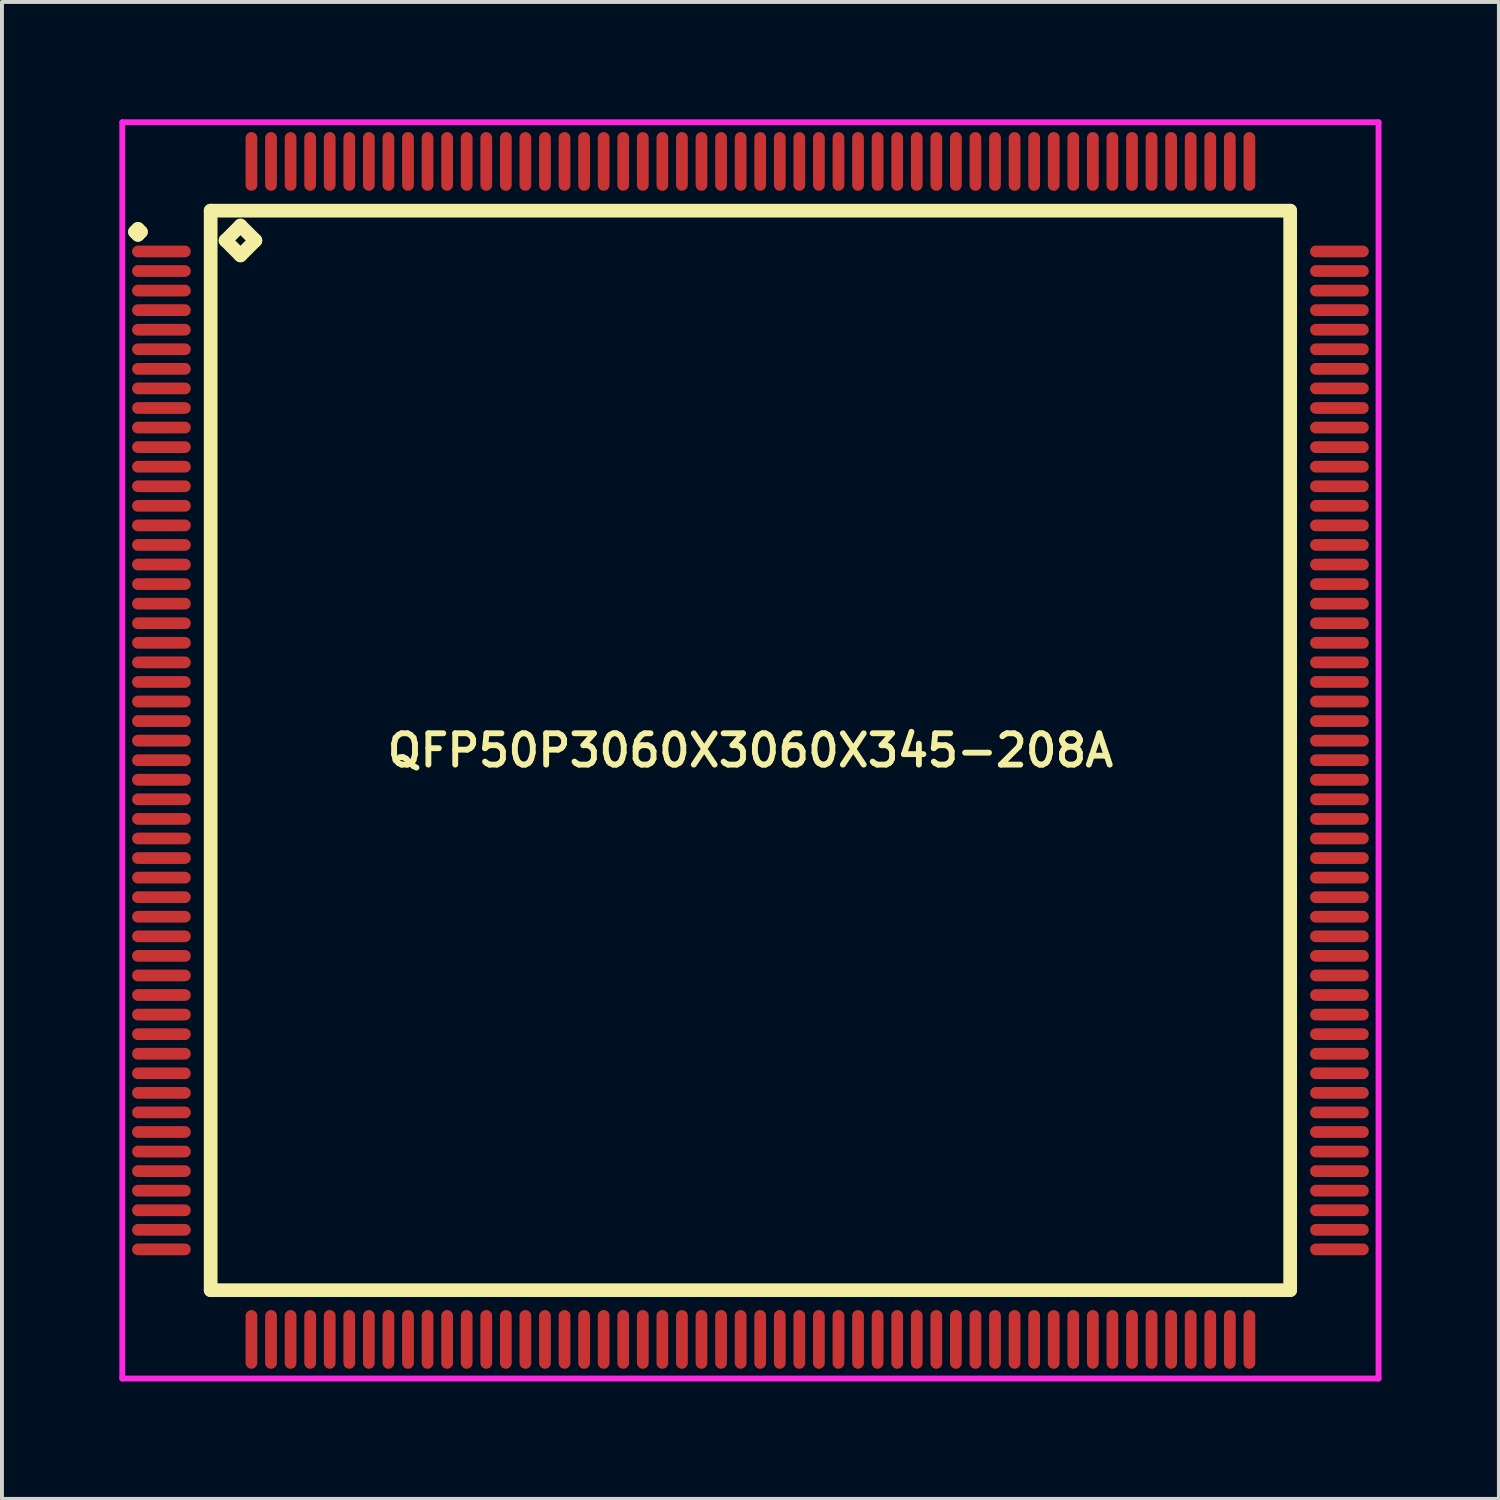
<source format=kicad_pcb>
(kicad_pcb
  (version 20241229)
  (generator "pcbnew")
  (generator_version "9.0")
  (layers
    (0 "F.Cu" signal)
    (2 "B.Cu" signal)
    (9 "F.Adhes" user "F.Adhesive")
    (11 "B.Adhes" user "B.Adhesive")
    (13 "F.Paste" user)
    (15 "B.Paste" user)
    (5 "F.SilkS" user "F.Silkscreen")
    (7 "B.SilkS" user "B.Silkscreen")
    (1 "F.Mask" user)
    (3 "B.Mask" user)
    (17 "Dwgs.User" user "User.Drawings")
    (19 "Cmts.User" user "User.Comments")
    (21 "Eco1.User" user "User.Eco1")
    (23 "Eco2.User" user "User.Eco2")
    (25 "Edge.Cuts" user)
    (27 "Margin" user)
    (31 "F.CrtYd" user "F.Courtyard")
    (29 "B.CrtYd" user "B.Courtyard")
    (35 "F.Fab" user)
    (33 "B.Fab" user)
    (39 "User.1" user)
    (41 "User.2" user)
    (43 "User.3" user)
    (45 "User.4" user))
  (footprint "QFP50P3060X3060X345-208A"
    (layer "F.Cu")
    (at 16.125 16.125)
    (property "Reference" "QFP50P3060X3060X345-208A" (at 0 0 0) (layer "F.SilkS") (effects (font (size 0.8 0.8) (thickness 0.15))))
    (attr smd)
    (fp_line (start -15.725 -13.25) (end -15.65 -13.325) (stroke (width 0.35) (type solid)) (layer "F.SilkS"))
    (fp_line (start -15.65 -13.325) (end -15.575 -13.25) (stroke (width 0.35) (type solid)) (layer "F.SilkS"))
    (fp_line (start -15.65 -13.175) (end -15.725 -13.25) (stroke (width 0.35) (type solid)) (layer "F.SilkS"))
    (fp_line (start -15.575 -13.25) (end -15.65 -13.175) (stroke (width 0.35) (type solid)) (layer "F.SilkS"))
    (fp_line (start -13.792 -13.792) (end -13.792 13.792) (stroke (width 0.35) (type solid)) (layer "F.SilkS"))
    (fp_line (start -13.792 13.792) (end 13.792 13.792) (stroke (width 0.35) (type solid)) (layer "F.SilkS"))
    (fp_line (start -13.411 -13.03) (end -13.03 -13.411) (stroke (width 0.35) (type solid)) (layer "F.SilkS"))
    (fp_line (start -13.03 -13.411) (end -12.649 -13.03) (stroke (width 0.35) (type solid)) (layer "F.SilkS"))
    (fp_line (start -13.03 -12.649) (end -13.411 -13.03) (stroke (width 0.35) (type solid)) (layer "F.SilkS"))
    (fp_line (start -12.649 -13.03) (end -13.03 -12.649) (stroke (width 0.35) (type solid)) (layer "F.SilkS"))
    (fp_line (start 13.792 -13.792) (end -13.792 -13.792) (stroke (width 0.35) (type solid)) (layer "F.SilkS"))
    (fp_line (start 13.792 13.792) (end 13.792 -13.792) (stroke (width 0.35) (type solid)) (layer "F.SilkS"))
    (fp_line (start -16.05 -16.05) (end 16.05 -16.05) (stroke (width 0.15) (type solid)) (layer "F.CrtYd"))
    (fp_line (start -16.05 16.05) (end -16.05 -16.05) (stroke (width 0.15) (type solid)) (layer "F.CrtYd"))
    (fp_line (start 16.05 -16.05) (end 16.05 16.05) (stroke (width 0.15) (type solid)) (layer "F.CrtYd"))
    (fp_line (start 16.05 16.05) (end -16.05 16.05) (stroke (width 0.15) (type solid)) (layer "F.CrtYd"))
    (pad "1" smd oval (at -15.05 -12.75) (size 1.5 0.3) (layers "F.Cu" "F.Mask" "F.Paste"))
    (pad "2" smd oval (at -15.05 -12.25) (size 1.5 0.3) (layers "F.Cu" "F.Mask" "F.Paste"))
    (pad "3" smd oval (at -15.05 -11.75) (size 1.5 0.3) (layers "F.Cu" "F.Mask" "F.Paste"))
    (pad "4" smd oval (at -15.05 -11.25) (size 1.5 0.3) (layers "F.Cu" "F.Mask" "F.Paste"))
    (pad "5" smd oval (at -15.05 -10.75) (size 1.5 0.3) (layers "F.Cu" "F.Mask" "F.Paste"))
    (pad "6" smd oval (at -15.05 -10.25) (size 1.5 0.3) (layers "F.Cu" "F.Mask" "F.Paste"))
    (pad "7" smd oval (at -15.05 -9.75) (size 1.5 0.3) (layers "F.Cu" "F.Mask" "F.Paste"))
    (pad "8" smd oval (at -15.05 -9.25) (size 1.5 0.3) (layers "F.Cu" "F.Mask" "F.Paste"))
    (pad "9" smd oval (at -15.05 -8.75) (size 1.5 0.3) (layers "F.Cu" "F.Mask" "F.Paste"))
    (pad "10" smd oval (at -15.05 -8.25) (size 1.5 0.3) (layers "F.Cu" "F.Mask" "F.Paste"))
    (pad "11" smd oval (at -15.05 -7.75) (size 1.5 0.3) (layers "F.Cu" "F.Mask" "F.Paste"))
    (pad "12" smd oval (at -15.05 -7.25) (size 1.5 0.3) (layers "F.Cu" "F.Mask" "F.Paste"))
    (pad "13" smd oval (at -15.05 -6.75) (size 1.5 0.3) (layers "F.Cu" "F.Mask" "F.Paste"))
    (pad "14" smd oval (at -15.05 -6.25) (size 1.5 0.3) (layers "F.Cu" "F.Mask" "F.Paste"))
    (pad "15" smd oval (at -15.05 -5.75) (size 1.5 0.3) (layers "F.Cu" "F.Mask" "F.Paste"))
    (pad "16" smd oval (at -15.05 -5.25) (size 1.5 0.3) (layers "F.Cu" "F.Mask" "F.Paste"))
    (pad "17" smd oval (at -15.05 -4.75) (size 1.5 0.3) (layers "F.Cu" "F.Mask" "F.Paste"))
    (pad "18" smd oval (at -15.05 -4.25) (size 1.5 0.3) (layers "F.Cu" "F.Mask" "F.Paste"))
    (pad "19" smd oval (at -15.05 -3.75) (size 1.5 0.3) (layers "F.Cu" "F.Mask" "F.Paste"))
    (pad "20" smd oval (at -15.05 -3.25) (size 1.5 0.3) (layers "F.Cu" "F.Mask" "F.Paste"))
    (pad "21" smd oval (at -15.05 -2.75) (size 1.5 0.3) (layers "F.Cu" "F.Mask" "F.Paste"))
    (pad "22" smd oval (at -15.05 -2.25) (size 1.5 0.3) (layers "F.Cu" "F.Mask" "F.Paste"))
    (pad "23" smd oval (at -15.05 -1.75) (size 1.5 0.3) (layers "F.Cu" "F.Mask" "F.Paste"))
    (pad "24" smd oval (at -15.05 -1.25) (size 1.5 0.3) (layers "F.Cu" "F.Mask" "F.Paste"))
    (pad "25" smd oval (at -15.05 -0.75) (size 1.5 0.3) (layers "F.Cu" "F.Mask" "F.Paste"))
    (pad "26" smd oval (at -15.05 -0.25) (size 1.5 0.3) (layers "F.Cu" "F.Mask" "F.Paste"))
    (pad "27" smd oval (at -15.05 0.25) (size 1.5 0.3) (layers "F.Cu" "F.Mask" "F.Paste"))
    (pad "28" smd oval (at -15.05 0.75) (size 1.5 0.3) (layers "F.Cu" "F.Mask" "F.Paste"))
    (pad "29" smd oval (at -15.05 1.25) (size 1.5 0.3) (layers "F.Cu" "F.Mask" "F.Paste"))
    (pad "30" smd oval (at -15.05 1.75) (size 1.5 0.3) (layers "F.Cu" "F.Mask" "F.Paste"))
    (pad "31" smd oval (at -15.05 2.25) (size 1.5 0.3) (layers "F.Cu" "F.Mask" "F.Paste"))
    (pad "32" smd oval (at -15.05 2.75) (size 1.5 0.3) (layers "F.Cu" "F.Mask" "F.Paste"))
    (pad "33" smd oval (at -15.05 3.25) (size 1.5 0.3) (layers "F.Cu" "F.Mask" "F.Paste"))
    (pad "34" smd oval (at -15.05 3.75) (size 1.5 0.3) (layers "F.Cu" "F.Mask" "F.Paste"))
    (pad "35" smd oval (at -15.05 4.25) (size 1.5 0.3) (layers "F.Cu" "F.Mask" "F.Paste"))
    (pad "36" smd oval (at -15.05 4.75) (size 1.5 0.3) (layers "F.Cu" "F.Mask" "F.Paste"))
    (pad "37" smd oval (at -15.05 5.25) (size 1.5 0.3) (layers "F.Cu" "F.Mask" "F.Paste"))
    (pad "38" smd oval (at -15.05 5.75) (size 1.5 0.3) (layers "F.Cu" "F.Mask" "F.Paste"))
    (pad "39" smd oval (at -15.05 6.25) (size 1.5 0.3) (layers "F.Cu" "F.Mask" "F.Paste"))
    (pad "40" smd oval (at -15.05 6.75) (size 1.5 0.3) (layers "F.Cu" "F.Mask" "F.Paste"))
    (pad "41" smd oval (at -15.05 7.25) (size 1.5 0.3) (layers "F.Cu" "F.Mask" "F.Paste"))
    (pad "42" smd oval (at -15.05 7.75) (size 1.5 0.3) (layers "F.Cu" "F.Mask" "F.Paste"))
    (pad "43" smd oval (at -15.05 8.25) (size 1.5 0.3) (layers "F.Cu" "F.Mask" "F.Paste"))
    (pad "44" smd oval (at -15.05 8.75) (size 1.5 0.3) (layers "F.Cu" "F.Mask" "F.Paste"))
    (pad "45" smd oval (at -15.05 9.25) (size 1.5 0.3) (layers "F.Cu" "F.Mask" "F.Paste"))
    (pad "46" smd oval (at -15.05 9.75) (size 1.5 0.3) (layers "F.Cu" "F.Mask" "F.Paste"))
    (pad "47" smd oval (at -15.05 10.25) (size 1.5 0.3) (layers "F.Cu" "F.Mask" "F.Paste"))
    (pad "48" smd oval (at -15.05 10.75) (size 1.5 0.3) (layers "F.Cu" "F.Mask" "F.Paste"))
    (pad "49" smd oval (at -15.05 11.25) (size 1.5 0.3) (layers "F.Cu" "F.Mask" "F.Paste"))
    (pad "50" smd oval (at -15.05 11.75) (size 1.5 0.3) (layers "F.Cu" "F.Mask" "F.Paste"))
    (pad "51" smd oval (at -15.05 12.25) (size 1.5 0.3) (layers "F.Cu" "F.Mask" "F.Paste"))
    (pad "52" smd oval (at -15.05 12.75) (size 1.5 0.3) (layers "F.Cu" "F.Mask" "F.Paste"))
    (pad "53" smd oval (at -12.75 15.05) (size 0.3 1.5) (layers "F.Cu" "F.Mask" "F.Paste"))
    (pad "54" smd oval (at -12.25 15.05) (size 0.3 1.5) (layers "F.Cu" "F.Mask" "F.Paste"))
    (pad "55" smd oval (at -11.75 15.05) (size 0.3 1.5) (layers "F.Cu" "F.Mask" "F.Paste"))
    (pad "56" smd oval (at -11.25 15.05) (size 0.3 1.5) (layers "F.Cu" "F.Mask" "F.Paste"))
    (pad "57" smd oval (at -10.75 15.05) (size 0.3 1.5) (layers "F.Cu" "F.Mask" "F.Paste"))
    (pad "58" smd oval (at -10.25 15.05) (size 0.3 1.5) (layers "F.Cu" "F.Mask" "F.Paste"))
    (pad "59" smd oval (at -9.75 15.05) (size 0.3 1.5) (layers "F.Cu" "F.Mask" "F.Paste"))
    (pad "60" smd oval (at -9.25 15.05) (size 0.3 1.5) (layers "F.Cu" "F.Mask" "F.Paste"))
    (pad "61" smd oval (at -8.75 15.05) (size 0.3 1.5) (layers "F.Cu" "F.Mask" "F.Paste"))
    (pad "62" smd oval (at -8.25 15.05) (size 0.3 1.5) (layers "F.Cu" "F.Mask" "F.Paste"))
    (pad "63" smd oval (at -7.75 15.05) (size 0.3 1.5) (layers "F.Cu" "F.Mask" "F.Paste"))
    (pad "64" smd oval (at -7.25 15.05) (size 0.3 1.5) (layers "F.Cu" "F.Mask" "F.Paste"))
    (pad "65" smd oval (at -6.75 15.05) (size 0.3 1.5) (layers "F.Cu" "F.Mask" "F.Paste"))
    (pad "66" smd oval (at -6.25 15.05) (size 0.3 1.5) (layers "F.Cu" "F.Mask" "F.Paste"))
    (pad "67" smd oval (at -5.75 15.05) (size 0.3 1.5) (layers "F.Cu" "F.Mask" "F.Paste"))
    (pad "68" smd oval (at -5.25 15.05) (size 0.3 1.5) (layers "F.Cu" "F.Mask" "F.Paste"))
    (pad "69" smd oval (at -4.75 15.05) (size 0.3 1.5) (layers "F.Cu" "F.Mask" "F.Paste"))
    (pad "70" smd oval (at -4.25 15.05) (size 0.3 1.5) (layers "F.Cu" "F.Mask" "F.Paste"))
    (pad "71" smd oval (at -3.75 15.05) (size 0.3 1.5) (layers "F.Cu" "F.Mask" "F.Paste"))
    (pad "72" smd oval (at -3.25 15.05) (size 0.3 1.5) (layers "F.Cu" "F.Mask" "F.Paste"))
    (pad "73" smd oval (at -2.75 15.05) (size 0.3 1.5) (layers "F.Cu" "F.Mask" "F.Paste"))
    (pad "74" smd oval (at -2.25 15.05) (size 0.3 1.5) (layers "F.Cu" "F.Mask" "F.Paste"))
    (pad "75" smd oval (at -1.75 15.05) (size 0.3 1.5) (layers "F.Cu" "F.Mask" "F.Paste"))
    (pad "76" smd oval (at -1.25 15.05) (size 0.3 1.5) (layers "F.Cu" "F.Mask" "F.Paste"))
    (pad "77" smd oval (at -0.75 15.05) (size 0.3 1.5) (layers "F.Cu" "F.Mask" "F.Paste"))
    (pad "78" smd oval (at -0.25 15.05) (size 0.3 1.5) (layers "F.Cu" "F.Mask" "F.Paste"))
    (pad "79" smd oval (at 0.25 15.05) (size 0.3 1.5) (layers "F.Cu" "F.Mask" "F.Paste"))
    (pad "80" smd oval (at 0.75 15.05) (size 0.3 1.5) (layers "F.Cu" "F.Mask" "F.Paste"))
    (pad "81" smd oval (at 1.25 15.05) (size 0.3 1.5) (layers "F.Cu" "F.Mask" "F.Paste"))
    (pad "82" smd oval (at 1.75 15.05) (size 0.3 1.5) (layers "F.Cu" "F.Mask" "F.Paste"))
    (pad "83" smd oval (at 2.25 15.05) (size 0.3 1.5) (layers "F.Cu" "F.Mask" "F.Paste"))
    (pad "84" smd oval (at 2.75 15.05) (size 0.3 1.5) (layers "F.Cu" "F.Mask" "F.Paste"))
    (pad "85" smd oval (at 3.25 15.05) (size 0.3 1.5) (layers "F.Cu" "F.Mask" "F.Paste"))
    (pad "86" smd oval (at 3.75 15.05) (size 0.3 1.5) (layers "F.Cu" "F.Mask" "F.Paste"))
    (pad "87" smd oval (at 4.25 15.05) (size 0.3 1.5) (layers "F.Cu" "F.Mask" "F.Paste"))
    (pad "88" smd oval (at 4.75 15.05) (size 0.3 1.5) (layers "F.Cu" "F.Mask" "F.Paste"))
    (pad "89" smd oval (at 5.25 15.05) (size 0.3 1.5) (layers "F.Cu" "F.Mask" "F.Paste"))
    (pad "90" smd oval (at 5.75 15.05) (size 0.3 1.5) (layers "F.Cu" "F.Mask" "F.Paste"))
    (pad "91" smd oval (at 6.25 15.05) (size 0.3 1.5) (layers "F.Cu" "F.Mask" "F.Paste"))
    (pad "92" smd oval (at 6.75 15.05) (size 0.3 1.5) (layers "F.Cu" "F.Mask" "F.Paste"))
    (pad "93" smd oval (at 7.25 15.05) (size 0.3 1.5) (layers "F.Cu" "F.Mask" "F.Paste"))
    (pad "94" smd oval (at 7.75 15.05) (size 0.3 1.5) (layers "F.Cu" "F.Mask" "F.Paste"))
    (pad "95" smd oval (at 8.25 15.05) (size 0.3 1.5) (layers "F.Cu" "F.Mask" "F.Paste"))
    (pad "96" smd oval (at 8.75 15.05) (size 0.3 1.5) (layers "F.Cu" "F.Mask" "F.Paste"))
    (pad "97" smd oval (at 9.25 15.05) (size 0.3 1.5) (layers "F.Cu" "F.Mask" "F.Paste"))
    (pad "98" smd oval (at 9.75 15.05) (size 0.3 1.5) (layers "F.Cu" "F.Mask" "F.Paste"))
    (pad "99" smd oval (at 10.25 15.05) (size 0.3 1.5) (layers "F.Cu" "F.Mask" "F.Paste"))
    (pad "100" smd oval (at 10.75 15.05) (size 0.3 1.5) (layers "F.Cu" "F.Mask" "F.Paste"))
    (pad "101" smd oval (at 11.25 15.05) (size 0.3 1.5) (layers "F.Cu" "F.Mask" "F.Paste"))
    (pad "102" smd oval (at 11.75 15.05) (size 0.3 1.5) (layers "F.Cu" "F.Mask" "F.Paste"))
    (pad "103" smd oval (at 12.25 15.05) (size 0.3 1.5) (layers "F.Cu" "F.Mask" "F.Paste"))
    (pad "104" smd oval (at 12.75 15.05) (size 0.3 1.5) (layers "F.Cu" "F.Mask" "F.Paste"))
    (pad "105" smd oval (at 15.05 12.75) (size 1.5 0.3) (layers "F.Cu" "F.Mask" "F.Paste"))
    (pad "106" smd oval (at 15.05 12.25) (size 1.5 0.3) (layers "F.Cu" "F.Mask" "F.Paste"))
    (pad "107" smd oval (at 15.05 11.75) (size 1.5 0.3) (layers "F.Cu" "F.Mask" "F.Paste"))
    (pad "108" smd oval (at 15.05 11.25) (size 1.5 0.3) (layers "F.Cu" "F.Mask" "F.Paste"))
    (pad "109" smd oval (at 15.05 10.75) (size 1.5 0.3) (layers "F.Cu" "F.Mask" "F.Paste"))
    (pad "110" smd oval (at 15.05 10.25) (size 1.5 0.3) (layers "F.Cu" "F.Mask" "F.Paste"))
    (pad "111" smd oval (at 15.05 9.75) (size 1.5 0.3) (layers "F.Cu" "F.Mask" "F.Paste"))
    (pad "112" smd oval (at 15.05 9.25) (size 1.5 0.3) (layers "F.Cu" "F.Mask" "F.Paste"))
    (pad "113" smd oval (at 15.05 8.75) (size 1.5 0.3) (layers "F.Cu" "F.Mask" "F.Paste"))
    (pad "114" smd oval (at 15.05 8.25) (size 1.5 0.3) (layers "F.Cu" "F.Mask" "F.Paste"))
    (pad "115" smd oval (at 15.05 7.75) (size 1.5 0.3) (layers "F.Cu" "F.Mask" "F.Paste"))
    (pad "116" smd oval (at 15.05 7.25) (size 1.5 0.3) (layers "F.Cu" "F.Mask" "F.Paste"))
    (pad "117" smd oval (at 15.05 6.75) (size 1.5 0.3) (layers "F.Cu" "F.Mask" "F.Paste"))
    (pad "118" smd oval (at 15.05 6.25) (size 1.5 0.3) (layers "F.Cu" "F.Mask" "F.Paste"))
    (pad "119" smd oval (at 15.05 5.75) (size 1.5 0.3) (layers "F.Cu" "F.Mask" "F.Paste"))
    (pad "120" smd oval (at 15.05 5.25) (size 1.5 0.3) (layers "F.Cu" "F.Mask" "F.Paste"))
    (pad "121" smd oval (at 15.05 4.75) (size 1.5 0.3) (layers "F.Cu" "F.Mask" "F.Paste"))
    (pad "122" smd oval (at 15.05 4.25) (size 1.5 0.3) (layers "F.Cu" "F.Mask" "F.Paste"))
    (pad "123" smd oval (at 15.05 3.75) (size 1.5 0.3) (layers "F.Cu" "F.Mask" "F.Paste"))
    (pad "124" smd oval (at 15.05 3.25) (size 1.5 0.3) (layers "F.Cu" "F.Mask" "F.Paste"))
    (pad "125" smd oval (at 15.05 2.75) (size 1.5 0.3) (layers "F.Cu" "F.Mask" "F.Paste"))
    (pad "126" smd oval (at 15.05 2.25) (size 1.5 0.3) (layers "F.Cu" "F.Mask" "F.Paste"))
    (pad "127" smd oval (at 15.05 1.75) (size 1.5 0.3) (layers "F.Cu" "F.Mask" "F.Paste"))
    (pad "128" smd oval (at 15.05 1.25) (size 1.5 0.3) (layers "F.Cu" "F.Mask" "F.Paste"))
    (pad "129" smd oval (at 15.05 0.75) (size 1.5 0.3) (layers "F.Cu" "F.Mask" "F.Paste"))
    (pad "130" smd oval (at 15.05 0.25) (size 1.5 0.3) (layers "F.Cu" "F.Mask" "F.Paste"))
    (pad "131" smd oval (at 15.05 -0.25) (size 1.5 0.3) (layers "F.Cu" "F.Mask" "F.Paste"))
    (pad "132" smd oval (at 15.05 -0.75) (size 1.5 0.3) (layers "F.Cu" "F.Mask" "F.Paste"))
    (pad "133" smd oval (at 15.05 -1.25) (size 1.5 0.3) (layers "F.Cu" "F.Mask" "F.Paste"))
    (pad "134" smd oval (at 15.05 -1.75) (size 1.5 0.3) (layers "F.Cu" "F.Mask" "F.Paste"))
    (pad "135" smd oval (at 15.05 -2.25) (size 1.5 0.3) (layers "F.Cu" "F.Mask" "F.Paste"))
    (pad "136" smd oval (at 15.05 -2.75) (size 1.5 0.3) (layers "F.Cu" "F.Mask" "F.Paste"))
    (pad "137" smd oval (at 15.05 -3.25) (size 1.5 0.3) (layers "F.Cu" "F.Mask" "F.Paste"))
    (pad "138" smd oval (at 15.05 -3.75) (size 1.5 0.3) (layers "F.Cu" "F.Mask" "F.Paste"))
    (pad "139" smd oval (at 15.05 -4.25) (size 1.5 0.3) (layers "F.Cu" "F.Mask" "F.Paste"))
    (pad "140" smd oval (at 15.05 -4.75) (size 1.5 0.3) (layers "F.Cu" "F.Mask" "F.Paste"))
    (pad "141" smd oval (at 15.05 -5.25) (size 1.5 0.3) (layers "F.Cu" "F.Mask" "F.Paste"))
    (pad "142" smd oval (at 15.05 -5.75) (size 1.5 0.3) (layers "F.Cu" "F.Mask" "F.Paste"))
    (pad "143" smd oval (at 15.05 -6.25) (size 1.5 0.3) (layers "F.Cu" "F.Mask" "F.Paste"))
    (pad "144" smd oval (at 15.05 -6.75) (size 1.5 0.3) (layers "F.Cu" "F.Mask" "F.Paste"))
    (pad "145" smd oval (at 15.05 -7.25) (size 1.5 0.3) (layers "F.Cu" "F.Mask" "F.Paste"))
    (pad "146" smd oval (at 15.05 -7.75) (size 1.5 0.3) (layers "F.Cu" "F.Mask" "F.Paste"))
    (pad "147" smd oval (at 15.05 -8.25) (size 1.5 0.3) (layers "F.Cu" "F.Mask" "F.Paste"))
    (pad "148" smd oval (at 15.05 -8.75) (size 1.5 0.3) (layers "F.Cu" "F.Mask" "F.Paste"))
    (pad "149" smd oval (at 15.05 -9.25) (size 1.5 0.3) (layers "F.Cu" "F.Mask" "F.Paste"))
    (pad "150" smd oval (at 15.05 -9.75) (size 1.5 0.3) (layers "F.Cu" "F.Mask" "F.Paste"))
    (pad "151" smd oval (at 15.05 -10.25) (size 1.5 0.3) (layers "F.Cu" "F.Mask" "F.Paste"))
    (pad "152" smd oval (at 15.05 -10.75) (size 1.5 0.3) (layers "F.Cu" "F.Mask" "F.Paste"))
    (pad "153" smd oval (at 15.05 -11.25) (size 1.5 0.3) (layers "F.Cu" "F.Mask" "F.Paste"))
    (pad "154" smd oval (at 15.05 -11.75) (size 1.5 0.3) (layers "F.Cu" "F.Mask" "F.Paste"))
    (pad "155" smd oval (at 15.05 -12.25) (size 1.5 0.3) (layers "F.Cu" "F.Mask" "F.Paste"))
    (pad "156" smd oval (at 15.05 -12.75) (size 1.5 0.3) (layers "F.Cu" "F.Mask" "F.Paste"))
    (pad "157" smd oval (at 12.75 -15.05) (size 0.3 1.5) (layers "F.Cu" "F.Mask" "F.Paste"))
    (pad "158" smd oval (at 12.25 -15.05) (size 0.3 1.5) (layers "F.Cu" "F.Mask" "F.Paste"))
    (pad "159" smd oval (at 11.75 -15.05) (size 0.3 1.5) (layers "F.Cu" "F.Mask" "F.Paste"))
    (pad "160" smd oval (at 11.25 -15.05) (size 0.3 1.5) (layers "F.Cu" "F.Mask" "F.Paste"))
    (pad "161" smd oval (at 10.75 -15.05) (size 0.3 1.5) (layers "F.Cu" "F.Mask" "F.Paste"))
    (pad "162" smd oval (at 10.25 -15.05) (size 0.3 1.5) (layers "F.Cu" "F.Mask" "F.Paste"))
    (pad "163" smd oval (at 9.75 -15.05) (size 0.3 1.5) (layers "F.Cu" "F.Mask" "F.Paste"))
    (pad "164" smd oval (at 9.25 -15.05) (size 0.3 1.5) (layers "F.Cu" "F.Mask" "F.Paste"))
    (pad "165" smd oval (at 8.75 -15.05) (size 0.3 1.5) (layers "F.Cu" "F.Mask" "F.Paste"))
    (pad "166" smd oval (at 8.25 -15.05) (size 0.3 1.5) (layers "F.Cu" "F.Mask" "F.Paste"))
    (pad "167" smd oval (at 7.75 -15.05) (size 0.3 1.5) (layers "F.Cu" "F.Mask" "F.Paste"))
    (pad "168" smd oval (at 7.25 -15.05) (size 0.3 1.5) (layers "F.Cu" "F.Mask" "F.Paste"))
    (pad "169" smd oval (at 6.75 -15.05) (size 0.3 1.5) (layers "F.Cu" "F.Mask" "F.Paste"))
    (pad "170" smd oval (at 6.25 -15.05) (size 0.3 1.5) (layers "F.Cu" "F.Mask" "F.Paste"))
    (pad "171" smd oval (at 5.75 -15.05) (size 0.3 1.5) (layers "F.Cu" "F.Mask" "F.Paste"))
    (pad "172" smd oval (at 5.25 -15.05) (size 0.3 1.5) (layers "F.Cu" "F.Mask" "F.Paste"))
    (pad "173" smd oval (at 4.75 -15.05) (size 0.3 1.5) (layers "F.Cu" "F.Mask" "F.Paste"))
    (pad "174" smd oval (at 4.25 -15.05) (size 0.3 1.5) (layers "F.Cu" "F.Mask" "F.Paste"))
    (pad "175" smd oval (at 3.75 -15.05) (size 0.3 1.5) (layers "F.Cu" "F.Mask" "F.Paste"))
    (pad "176" smd oval (at 3.25 -15.05) (size 0.3 1.5) (layers "F.Cu" "F.Mask" "F.Paste"))
    (pad "177" smd oval (at 2.75 -15.05) (size 0.3 1.5) (layers "F.Cu" "F.Mask" "F.Paste"))
    (pad "178" smd oval (at 2.25 -15.05) (size 0.3 1.5) (layers "F.Cu" "F.Mask" "F.Paste"))
    (pad "179" smd oval (at 1.75 -15.05) (size 0.3 1.5) (layers "F.Cu" "F.Mask" "F.Paste"))
    (pad "180" smd oval (at 1.25 -15.05) (size 0.3 1.5) (layers "F.Cu" "F.Mask" "F.Paste"))
    (pad "181" smd oval (at 0.75 -15.05) (size 0.3 1.5) (layers "F.Cu" "F.Mask" "F.Paste"))
    (pad "182" smd oval (at 0.25 -15.05) (size 0.3 1.5) (layers "F.Cu" "F.Mask" "F.Paste"))
    (pad "183" smd oval (at -0.25 -15.05) (size 0.3 1.5) (layers "F.Cu" "F.Mask" "F.Paste"))
    (pad "184" smd oval (at -0.75 -15.05) (size 0.3 1.5) (layers "F.Cu" "F.Mask" "F.Paste"))
    (pad "185" smd oval (at -1.25 -15.05) (size 0.3 1.5) (layers "F.Cu" "F.Mask" "F.Paste"))
    (pad "186" smd oval (at -1.75 -15.05) (size 0.3 1.5) (layers "F.Cu" "F.Mask" "F.Paste"))
    (pad "187" smd oval (at -2.25 -15.05) (size 0.3 1.5) (layers "F.Cu" "F.Mask" "F.Paste"))
    (pad "188" smd oval (at -2.75 -15.05) (size 0.3 1.5) (layers "F.Cu" "F.Mask" "F.Paste"))
    (pad "189" smd oval (at -3.25 -15.05) (size 0.3 1.5) (layers "F.Cu" "F.Mask" "F.Paste"))
    (pad "190" smd oval (at -3.75 -15.05) (size 0.3 1.5) (layers "F.Cu" "F.Mask" "F.Paste"))
    (pad "191" smd oval (at -4.25 -15.05) (size 0.3 1.5) (layers "F.Cu" "F.Mask" "F.Paste"))
    (pad "192" smd oval (at -4.75 -15.05) (size 0.3 1.5) (layers "F.Cu" "F.Mask" "F.Paste"))
    (pad "193" smd oval (at -5.25 -15.05) (size 0.3 1.5) (layers "F.Cu" "F.Mask" "F.Paste"))
    (pad "194" smd oval (at -5.75 -15.05) (size 0.3 1.5) (layers "F.Cu" "F.Mask" "F.Paste"))
    (pad "195" smd oval (at -6.25 -15.05) (size 0.3 1.5) (layers "F.Cu" "F.Mask" "F.Paste"))
    (pad "196" smd oval (at -6.75 -15.05) (size 0.3 1.5) (layers "F.Cu" "F.Mask" "F.Paste"))
    (pad "197" smd oval (at -7.25 -15.05) (size 0.3 1.5) (layers "F.Cu" "F.Mask" "F.Paste"))
    (pad "198" smd oval (at -7.75 -15.05) (size 0.3 1.5) (layers "F.Cu" "F.Mask" "F.Paste"))
    (pad "199" smd oval (at -8.25 -15.05) (size 0.3 1.5) (layers "F.Cu" "F.Mask" "F.Paste"))
    (pad "200" smd oval (at -8.75 -15.05) (size 0.3 1.5) (layers "F.Cu" "F.Mask" "F.Paste"))
    (pad "201" smd oval (at -9.25 -15.05) (size 0.3 1.5) (layers "F.Cu" "F.Mask" "F.Paste"))
    (pad "202" smd oval (at -9.75 -15.05) (size 0.3 1.5) (layers "F.Cu" "F.Mask" "F.Paste"))
    (pad "203" smd oval (at -10.25 -15.05) (size 0.3 1.5) (layers "F.Cu" "F.Mask" "F.Paste"))
    (pad "204" smd oval (at -10.75 -15.05) (size 0.3 1.5) (layers "F.Cu" "F.Mask" "F.Paste"))
    (pad "205" smd oval (at -11.25 -15.05) (size 0.3 1.5) (layers "F.Cu" "F.Mask" "F.Paste"))
    (pad "206" smd oval (at -11.75 -15.05) (size 0.3 1.5) (layers "F.Cu" "F.Mask" "F.Paste"))
    (pad "207" smd oval (at -12.25 -15.05) (size 0.3 1.5) (layers "F.Cu" "F.Mask" "F.Paste"))
    (pad "208" smd oval (at -12.75 -15.05) (size 0.3 1.5) (layers "F.Cu" "F.Mask" "F.Paste")))
  (gr_rect
    (start -3 -3)
    (end 35.25 35.25)
    (stroke (width 0.1) (type default))
    (fill no)
    (layer "Edge.Cuts")))
</source>
